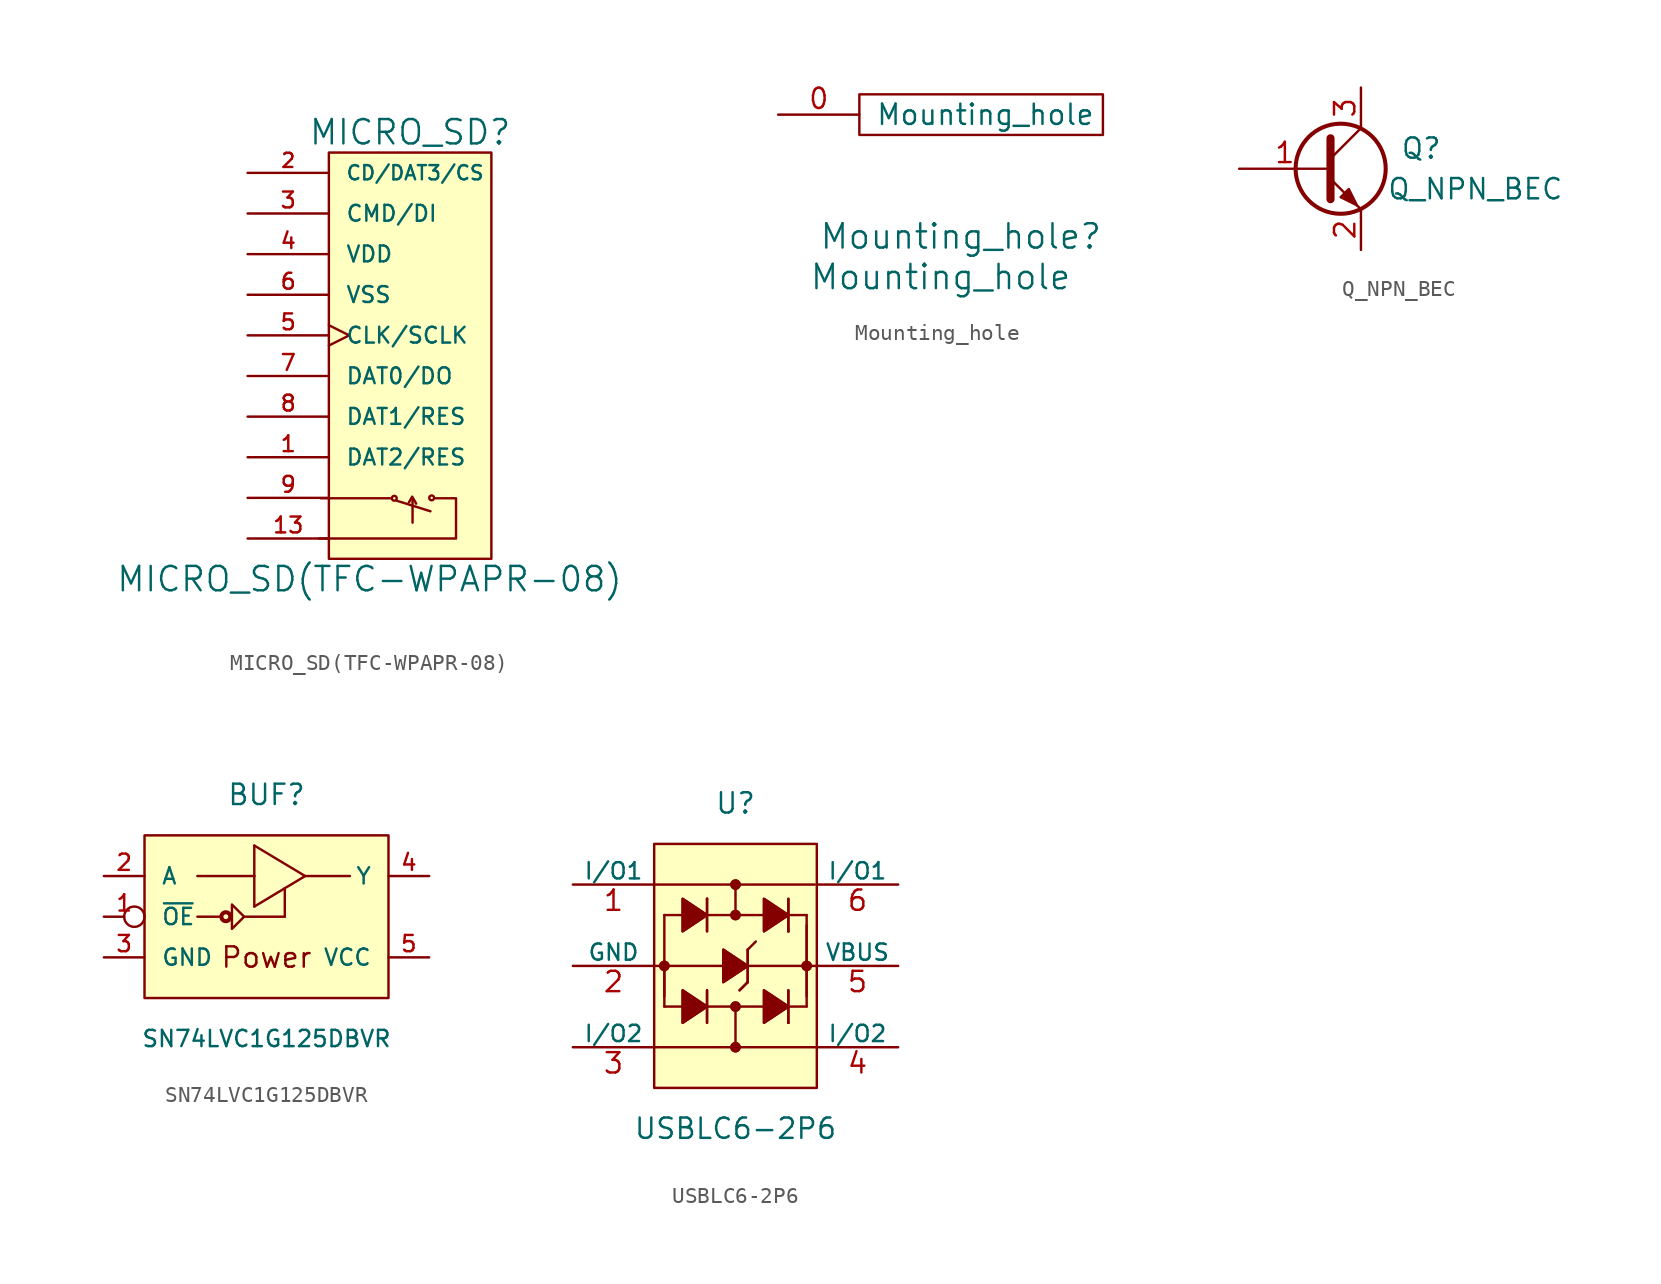
<source format=kicad_sym>
(kicad_symbol_lib
  (version 20241209)
  (generator "kicad_symbol_editor")
  (generator_version "9.0")
  (symbol "MICRO_SD(TFC-WPAPR-08)"
    (pin_names
      (offset 1.016))
    (property "Reference" "MICRO_SD"
      (at 2.54 15.24 0)
      (effects (font (size 1.524 1.524))))
    (property "Value" "MICRO_SD(TFC-WPAPR-08)"
      (at 0 -12.7 0)
      (effects (font (size 1.524 1.524))))
    (property "Footprint" ""
      (at 6.35 0 0)
      (effects (font (size 1.524 1.524))))
    (property "Datasheet" ""
      (at 6.35 0 0)
      (effects (font (size 1.524 1.524))))
    (symbol "MICRO_SD(TFC-WPAPR-08)_0_0"
      (rectangle (start -2.54 13.97) (end 7.62 -11.43) (stroke (width 0) (type solid)) (fill (type background)))
      (polyline (pts (xy 2.642 -7.595) (xy 2.464 -7.899)) (stroke (width 0) (type solid)) (fill (type none)))
      (polyline (pts (xy 2.667 -7.544) (xy 2.921 -7.976) (xy 2.896 -7.976)) (stroke (width 0) (type solid)) (fill (type none)))
      (polyline (pts (xy 2.692 -7.696) (xy 2.692 -9.169)) (stroke (width 0) (type solid)) (fill (type none))))
    (symbol "MICRO_SD(TFC-WPAPR-08)_0_1"
      (polyline (pts (xy -3.15 -10.16) (xy 5.41 -10.16) (xy 5.41 -7.645) (xy 4.14 -7.645)) (stroke (width 0) (type solid)) (fill (type none)))
      (polyline (pts (xy -3.048 -7.645) (xy 1.295 -7.645)) (stroke (width 0) (type solid)) (fill (type none)))
      (circle (center 1.549 -7.645) (radius 0.152) (stroke (width 0) (type solid)) (fill (type none)))
      (polyline (pts (xy 1.702 -7.798) (xy 3.81 -8.458)) (stroke (width 0) (type solid)) (fill (type none)))
      (circle (center 3.886 -7.62) (radius 0.152) (stroke (width 0) (type solid)) (fill (type none))))
    (symbol "MICRO_SD(TFC-WPAPR-08)_1_1"
      (pin bidirectional line (at -7.62 12.7 0) (length 5.08) (name "CD/DAT3/CS" (effects (font (size 0.889 0.889)))) (number "2" (effects (font (size 0.889 0.889)))))
      (pin input line (at -7.62 10.16 0) (length 5.08) (name "CMD/DI" (effects (font (size 0.991 0.991)))) (number "3" (effects (font (size 0.991 0.991)))))
      (pin power_in line (at -7.62 7.62 0) (length 5.08) (name "VDD" (effects (font (size 0.991 0.991)))) (number "4" (effects (font (size 0.991 0.991)))))
      (pin power_in line (at -7.62 5.08 0) (length 5.08) (name "VSS" (effects (font (size 0.991 0.991)))) (number "6" (effects (font (size 0.991 0.991)))))
      (pin input clock (at -7.62 2.54 0) (length 5.08) (name "CLK/SCLK" (effects (font (size 0.991 0.991)))) (number "5" (effects (font (size 0.991 0.991)))))
      (pin bidirectional line (at -7.62 0 0) (length 5.08) (name "DAT0/DO" (effects (font (size 0.991 0.991)))) (number "7" (effects (font (size 0.991 0.991)))))
      (pin bidirectional line (at -7.62 -2.54 0) (length 5.08) (name "DAT1/RES" (effects (font (size 0.991 0.991)))) (number "8" (effects (font (size 0.991 0.991)))))
      (pin bidirectional line (at -7.62 -5.08 0) (length 5.08) (name "DAT2/RES" (effects (font (size 0.991 0.991)))) (number "1" (effects (font (size 0.991 0.991)))))
      (pin passive line (at -7.62 -7.62 0) (length 5.08) (name "~" (effects (font (size 0.991 0.991)))) (number "9" (effects (font (size 0.991 0.991)))))
      (pin passive line (at -7.62 -10.16 0) (length 5.08) (hide yes) (name "~" (effects (font (size 0.991 0.991)))) (number "10" (effects (font (size 0.991 0.991)))))
      (pin passive line (at -7.62 -10.16 0) (length 5.08) (hide yes) (name "~" (effects (font (size 0.991 0.991)))) (number "11" (effects (font (size 0.991 0.991)))))
      (pin passive line (at -7.62 -10.16 0) (length 5.08) (hide yes) (name "~" (effects (font (size 0.991 0.991)))) (number "12" (effects (font (size 0.991 0.991)))))
      (pin passive line (at -7.62 -10.16 0) (length 5.08) (name "~" (effects (font (size 0.991 0.991)))) (number "13" (effects (font (size 0.991 0.991)))))))
  (symbol "Mounting_hole"
    (pin_names
      (offset 1.016))
    (property "Reference" "Mounting_hole"
      (at 1.27 -7.62 0)
      (effects (font (size 1.524 1.524))))
    (property "Value" "Mounting_hole"
      (at 0 -10.16 0)
      (effects (font (size 1.524 1.524))))
    (symbol "Mounting_hole_0_1"
      (rectangle (start -5.08 1.27) (end 10.16 -1.27) (stroke (width 0) (type solid)) (fill (type none))))
    (symbol "Mounting_hole_1_1"
      (pin passive line (at -10.16 0 0) (length 5.08) (name "Mounting_hole" (effects (font (size 1.27 1.27)))) (number "0" (effects (font (size 1.27 1.27)))))))
  (symbol "Q_NPN_BEC"
    (pin_names
      (offset 0)
      (hide yes))
    (property "Reference" "Q"
      (at 7.62 1.27 0)
      (effects (font (size 1.27 1.27)) (justify right)))
    (property "Value" "Q_NPN_BEC"
      (at 15.24 -1.27 0)
      (effects (font (size 1.27 1.27)) (justify right)))
    (property "Footprint" ""
      (at 5.08 2.54 0)
      (effects (font (size 0.737 0.737))))
    (property "Datasheet" ""
      (at 0 0 0)
      (effects (font (size 1.524 1.524))))
    (symbol "Q_NPN_BEC_0_1"
      (polyline (pts (xy 0.635 1.905) (xy 0.635 -1.905) (xy 0.635 -1.905)) (stroke (width 0.508) (type solid)) (fill (type none)))
      (polyline (pts (xy 0.635 0.635) (xy 2.54 2.54)) (stroke (width 0) (type solid)) (fill (type none)))
      (polyline (pts (xy 0.635 -0.635) (xy 2.54 -2.54) (xy 2.54 -2.54)) (stroke (width 0) (type solid)) (fill (type none)))
      (circle (center 1.27 0) (radius 2.819) (stroke (width 0.254) (type solid)) (fill (type none)))
      (polyline (pts (xy 1.27 -1.778) (xy 1.778 -1.27) (xy 2.286 -2.286) (xy 1.27 -1.778) (xy 1.27 -1.778)) (stroke (width 0) (type solid)) (fill (type outline))))
    (symbol "Q_NPN_BEC_1_1"
      (pin passive line (at -5.08 0 0) (length 5.715) (name "B" (effects (font (size 1.27 1.27)))) (number "1" (effects (font (size 1.27 1.27)))))
      (pin passive line (at 2.54 5.08 270) (length 2.54) (name "C" (effects (font (size 1.27 1.27)))) (number "3" (effects (font (size 1.27 1.27)))))
      (pin passive line (at 2.54 -5.08 90) (length 2.54) (name "E" (effects (font (size 1.27 1.27)))) (number "2" (effects (font (size 1.27 1.27)))))))
  (symbol "SN74LVC1G125DBVR"
    (pin_names
      (offset 1.016))
    (property "Reference" "BUF"
      (at 0 7.62 0)
      (effects (font (size 1.27 1.27))))
    (property "Value" "SN74LVC1G125DBVR"
      (at 0 -7.62 0)
      (effects (font (size 1.016 1.016))))
    (symbol "SN74LVC1G125DBVR_0_1"
      (polyline (pts (xy -2.921 0) (xy -4.318 0)) (stroke (width 0) (type solid)) (fill (type none)))
      (circle (center -2.54 0) (radius 0.279) (stroke (width 0.254) (type solid)) (fill (type none)))
      (polyline (pts (xy -1.397 0) (xy -2.159 0.762) (xy -2.159 -0.762) (xy -1.397 0)) (stroke (width 0) (type solid)) (fill (type none))))
    (symbol "SN74LVC1G125DBVR_1_1"
      (rectangle (start -7.62 5.08) (end 7.62 -5.08) (stroke (width 0) (type solid)) (fill (type background)))
      (polyline (pts (xy -0.762 4.445) (xy -0.762 2.54)) (stroke (width 0) (type solid)) (fill (type none)))
      (polyline (pts (xy -0.762 4.445) (xy 2.413 2.54)) (stroke (width 0) (type solid)) (fill (type none)))
      (polyline (pts (xy -0.762 2.54) (xy -4.318 2.54)) (stroke (width 0) (type solid)) (fill (type none)))
      (polyline (pts (xy -0.762 2.54) (xy -0.762 0.635)) (stroke (width 0) (type solid)) (fill (type none)))
      (polyline (pts (xy -0.762 0.635) (xy 1.143 1.778)) (stroke (width 0) (type solid)) (fill (type none)))
      (polyline (pts (xy 1.143 1.778) (xy 2.413 2.54)) (stroke (width 0) (type solid)) (fill (type none)))
      (polyline (pts (xy 1.143 0) (xy -1.397 0)) (stroke (width 0) (type solid)) (fill (type none)))
      (polyline (pts (xy 1.143 0) (xy 1.143 1.778)) (stroke (width 0) (type solid)) (fill (type none)))
      (polyline (pts (xy 2.413 2.54) (xy 5.207 2.54)) (stroke (width 0) (type solid)) (fill (type none)))
      (text "Power" (at 0 -2.54 0) (effects (font (size 1.27 1.27))))
      (pin input line (at -10.16 2.54 0) (length 2.54) (name "A" (effects (font (size 1.016 1.016)))) (number "2" (effects (font (size 1.016 1.016)))))
      (pin input inverted (at -10.16 0 0) (length 2.54) (name "~{OE}" (effects (font (size 1.016 1.016)))) (number "1" (effects (font (size 1.016 1.016)))))
      (pin power_in line (at -10.16 -2.54 0) (length 2.54) (name "GND" (effects (font (size 1.016 1.016)))) (number "3" (effects (font (size 1.016 1.016)))))
      (pin output line (at 10.16 2.54 180) (length 2.54) (name "Y" (effects (font (size 1.016 1.016)))) (number "4" (effects (font (size 1.016 1.016)))))
      (pin power_in line (at 10.16 -2.54 180) (length 2.54) (name "VCC" (effects (font (size 1.016 1.016)))) (number "5" (effects (font (size 1.016 1.016)))))))
  (symbol "USBLC6-2P6"
    (pin_names
      (offset 0))
    (property "Reference" "U"
      (at 0 10.16 0)
      (effects (font (size 1.27 1.27))))
    (property "Value" "USBLC6-2P6"
      (at 0 -10.16 0)
      (effects (font (size 1.27 1.27))))
    (symbol "USBLC6-2P6_0_1"
      (polyline (pts (xy 0 5.08) (xy -5.08 5.08)) (stroke (width 0) (type solid)) (fill (type none)))
      (polyline (pts (xy 0 -5.08) (xy -5.08 -5.08)) (stroke (width 0) (type solid)) (fill (type none)))
      (polyline (pts (xy 4.445 0) (xy 5.08 0)) (stroke (width 0) (type solid)) (fill (type none))))
    (symbol "USBLC6-2P6_1_1"
      (rectangle (start -5.08 7.62) (end 5.08 -7.62) (stroke (width 0) (type solid)) (fill (type background)))
      (circle (center -4.445 0) (radius 0.254) (stroke (width 0) (type solid)) (fill (type outline)))
      (circle (center -4.445 0) (radius 0.254) (stroke (width 0) (type solid)) (fill (type outline)))
      (polyline (pts (xy -4.445 0) (xy -5.08 0)) (stroke (width 0) (type solid)) (fill (type none)))
      (polyline (pts (xy -4.445 0) (xy 4.445 0)) (stroke (width 0) (type solid)) (fill (type none)))
      (polyline (pts (xy -4.445 -1.905) (xy -4.445 3.175)) (stroke (width 0) (type solid)) (fill (type none)))
      (polyline (pts (xy -4.445 -2.54) (xy -4.445 0)) (stroke (width 0) (type solid)) (fill (type none)))
      (polyline (pts (xy -3.302 2.159) (xy -1.778 3.175) (xy -3.302 4.191) (xy -3.302 2.159)) (stroke (width 0) (type solid)) (fill (type outline)))
      (polyline (pts (xy -3.302 2.159) (xy -1.778 3.175) (xy -3.302 4.191) (xy -3.302 2.159)) (stroke (width 0) (type solid)) (fill (type outline)))
      (polyline (pts (xy -3.302 -3.556) (xy -1.778 -2.54) (xy -3.302 -1.524) (xy -3.302 -3.556)) (stroke (width 0) (type solid)) (fill (type outline)))
      (polyline (pts (xy -3.302 -3.556) (xy -1.778 -2.54) (xy -3.302 -1.524) (xy -3.302 -3.556)) (stroke (width 0) (type solid)) (fill (type outline)))
      (polyline (pts (xy -3.175 3.175) (xy -4.445 3.175)) (stroke (width 0) (type solid)) (fill (type none)))
      (polyline (pts (xy -3.175 3.175) (xy 4.445 3.175)) (stroke (width 0) (type solid)) (fill (type none)))
      (polyline (pts (xy -3.175 -2.54) (xy -4.445 -2.54)) (stroke (width 0) (type solid)) (fill (type none)))
      (polyline (pts (xy -1.778 4.191) (xy -1.778 4.191)) (stroke (width 0) (type solid)) (fill (type none)))
      (polyline (pts (xy -1.778 4.191) (xy -1.778 4.191)) (stroke (width 0) (type solid)) (fill (type none)))
      (polyline (pts (xy -1.778 2.159) (xy -1.778 4.191)) (stroke (width 0) (type solid)) (fill (type none)))
      (polyline (pts (xy -1.778 2.159) (xy -1.778 4.191)) (stroke (width 0) (type solid)) (fill (type none)))
      (polyline (pts (xy -1.778 -3.556) (xy -1.778 -1.524)) (stroke (width 0) (type solid)) (fill (type none)))
      (polyline (pts (xy -1.778 -3.556) (xy -1.778 -1.524)) (stroke (width 0) (type solid)) (fill (type none)))
      (polyline (pts (xy -0.762 1.016) (xy 0.762 0) (xy -0.762 -1.016) (xy -0.762 1.016)) (stroke (width 0) (type solid)) (fill (type outline)))
      (polyline (pts (xy -0.762 1.016) (xy 0.762 0) (xy -0.762 -1.016) (xy -0.762 1.016)) (stroke (width 0) (type solid)) (fill (type outline)))
      (circle (center 0 5.08) (radius 0.254) (stroke (width 0) (type solid)) (fill (type outline)))
      (circle (center 0 5.08) (radius 0.254) (stroke (width 0) (type solid)) (fill (type outline)))
      (circle (center 0 3.175) (radius 0.254) (stroke (width 0) (type solid)) (fill (type outline)))
      (circle (center 0 3.175) (radius 0.254) (stroke (width 0) (type solid)) (fill (type outline)))
      (polyline (pts (xy 0 3.175) (xy 0 5.08) (xy 4.953 5.08)) (stroke (width 0) (type solid)) (fill (type none)))
      (circle (center 0 0) (radius 0.254) (stroke (width 0) (type solid)) (fill (type outline)))
      (circle (center 0 0) (radius 0.254) (stroke (width 0) (type solid)) (fill (type outline)))
      (circle (center 0 -2.54) (radius 0.254) (stroke (width 0) (type solid)) (fill (type outline)))
      (circle (center 0 -2.54) (radius 0.254) (stroke (width 0) (type solid)) (fill (type outline)))
      (circle (center 0 -5.08) (radius 0.254) (stroke (width 0) (type solid)) (fill (type outline)))
      (circle (center 0 -5.08) (radius 0.254) (stroke (width 0) (type solid)) (fill (type outline)))
      (polyline (pts (xy 0.762 1.016) (xy 0.762 -1.016)) (stroke (width 0) (type solid)) (fill (type none)))
      (polyline (pts (xy 0.762 1.016) (xy 0.762 -1.016)) (stroke (width 0) (type solid)) (fill (type none)))
      (polyline (pts (xy 0.762 1.016) (xy 1.27 1.524)) (stroke (width 0) (type solid)) (fill (type none)))
      (polyline (pts (xy 0.762 -1.016) (xy 0.254 -1.524)) (stroke (width 0) (type solid)) (fill (type none)))
      (polyline (pts (xy 0.762 -1.016) (xy 0.254 -1.524)) (stroke (width 0) (type solid)) (fill (type none)))
      (polyline (pts (xy 0.762 -1.016) (xy 0.762 -1.016)) (stroke (width 0) (type solid)) (fill (type none)))
      (polyline (pts (xy 0.762 -1.016) (xy 0.762 -1.016)) (stroke (width 0) (type solid)) (fill (type none)))
      (polyline (pts (xy 1.778 4.191) (xy 3.302 3.175) (xy 1.778 2.159) (xy 1.778 4.191)) (stroke (width 0) (type solid)) (fill (type outline)))
      (polyline (pts (xy 1.778 4.191) (xy 3.302 3.175) (xy 1.778 2.159) (xy 1.778 4.191)) (stroke (width 0) (type solid)) (fill (type outline)))
      (polyline (pts (xy 1.778 -1.524) (xy 3.302 -2.54) (xy 1.778 -3.556) (xy 1.778 -1.524)) (stroke (width 0) (type solid)) (fill (type outline)))
      (polyline (pts (xy 1.778 -1.524) (xy 3.302 -2.54) (xy 1.778 -3.556) (xy 1.778 -1.524)) (stroke (width 0) (type solid)) (fill (type outline)))
      (polyline (pts (xy 3.302 4.191) (xy 3.302 2.159)) (stroke (width 0) (type solid)) (fill (type none)))
      (polyline (pts (xy 3.302 4.191) (xy 3.302 2.159)) (stroke (width 0) (type solid)) (fill (type none)))
      (polyline (pts (xy 3.302 2.159) (xy 3.302 2.159)) (stroke (width 0) (type solid)) (fill (type none)))
      (polyline (pts (xy 3.302 2.159) (xy 3.302 2.159)) (stroke (width 0) (type solid)) (fill (type none)))
      (polyline (pts (xy 3.302 -1.524) (xy 3.302 -3.556)) (stroke (width 0) (type solid)) (fill (type none)))
      (polyline (pts (xy 3.302 -1.524) (xy 3.302 -3.556)) (stroke (width 0) (type solid)) (fill (type none)))
      (polyline (pts (xy 3.302 -3.556) (xy 3.302 -3.556)) (stroke (width 0) (type solid)) (fill (type none)))
      (polyline (pts (xy 3.302 -3.556) (xy 3.302 -3.556)) (stroke (width 0) (type solid)) (fill (type none)))
      (polyline (pts (xy 4.445 2.54) (xy 4.445 -2.54)) (stroke (width 0) (type solid)) (fill (type none)))
      (circle (center 4.445 0) (radius 0.254) (stroke (width 0) (type solid)) (fill (type outline)))
      (circle (center 4.445 0) (radius 0.254) (stroke (width 0) (type solid)) (fill (type outline)))
      (polyline (pts (xy 4.445 -1.905) (xy 4.445 3.175)) (stroke (width 0) (type solid)) (fill (type none)))
      (polyline (pts (xy 4.445 -2.54) (xy -3.175 -2.54)) (stroke (width 0) (type solid)) (fill (type none)))
      (polyline (pts (xy 5.08 -5.08) (xy 0 -5.08) (xy 0 -2.54)) (stroke (width 0) (type solid)) (fill (type none)))
      (pin passive line (at -10.16 5.08 0) (length 5.08) (name "I/O1" (effects (font (size 1.016 1.016)))) (number "1" (effects (font (size 1.27 1.27)))))
      (pin passive line (at -10.16 0 0) (length 5.08) (name "GND" (effects (font (size 1.016 1.016)))) (number "2" (effects (font (size 1.27 1.27)))))
      (pin passive line (at -10.16 -5.08 0) (length 5.08) (name "I/O2" (effects (font (size 1.016 1.016)))) (number "3" (effects (font (size 1.27 1.27)))))
      (pin passive line (at 10.16 5.08 180) (length 5.08) (name "I/O1" (effects (font (size 1.016 1.016)))) (number "6" (effects (font (size 1.27 1.27)))))
      (pin passive line (at 10.16 0 180) (length 5.08) (name "VBUS" (effects (font (size 1.016 1.016)))) (number "5" (effects (font (size 1.27 1.27)))))
      (pin passive line (at 10.16 -5.08 180) (length 5.08) (name "I/O2" (effects (font (size 1.016 1.016)))) (number "4" (effects (font (size 1.27 1.27))))))))
</source>
